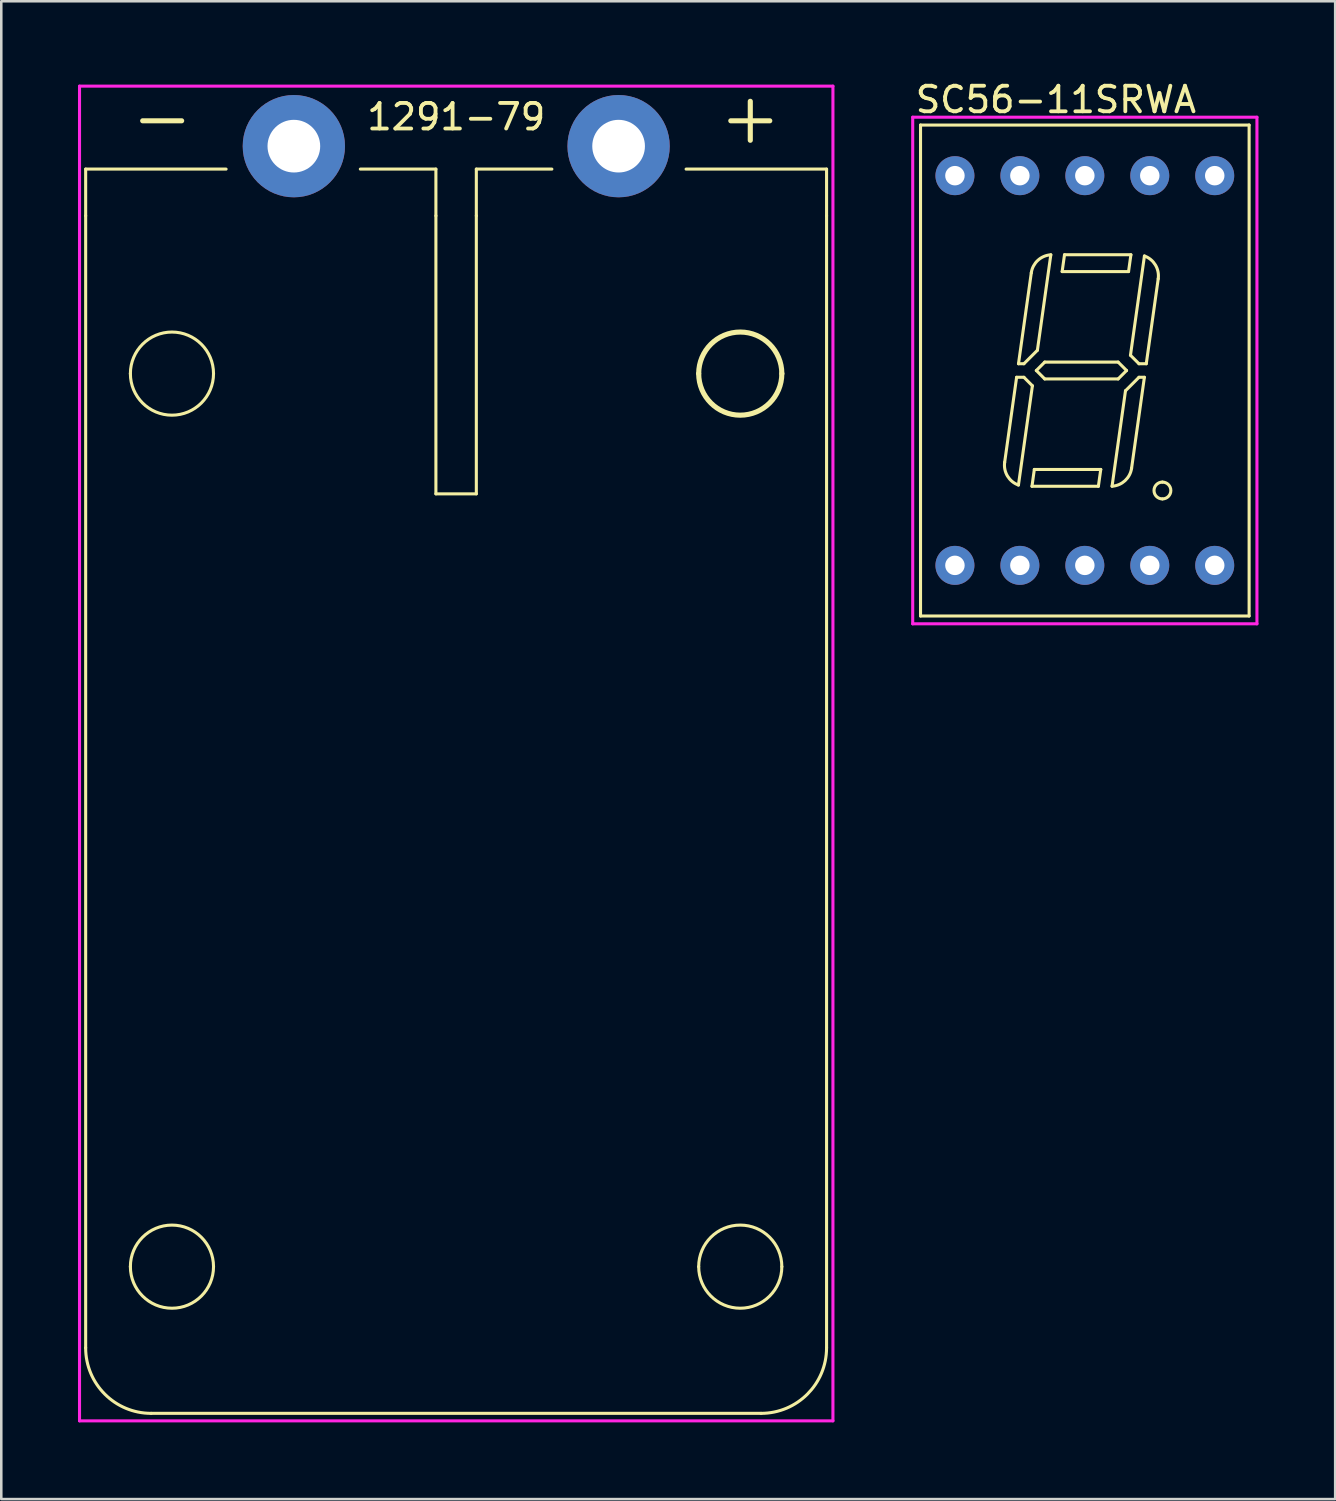
<source format=kicad_pcb>
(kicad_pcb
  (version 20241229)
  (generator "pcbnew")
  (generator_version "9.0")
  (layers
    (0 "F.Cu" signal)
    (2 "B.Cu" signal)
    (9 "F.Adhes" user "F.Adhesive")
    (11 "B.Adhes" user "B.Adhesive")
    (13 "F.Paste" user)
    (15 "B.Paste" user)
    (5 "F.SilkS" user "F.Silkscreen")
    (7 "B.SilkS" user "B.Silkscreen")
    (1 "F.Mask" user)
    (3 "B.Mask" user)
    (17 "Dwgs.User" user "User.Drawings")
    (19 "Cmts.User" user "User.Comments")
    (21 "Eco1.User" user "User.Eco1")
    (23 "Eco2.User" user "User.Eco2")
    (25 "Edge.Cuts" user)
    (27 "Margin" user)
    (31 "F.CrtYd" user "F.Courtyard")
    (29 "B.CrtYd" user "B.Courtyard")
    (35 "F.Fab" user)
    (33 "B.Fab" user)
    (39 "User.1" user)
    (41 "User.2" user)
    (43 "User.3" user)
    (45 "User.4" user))
  (footprint "1291-79"
    (layer "F.Cu")
    (at 14.792 29.021)
    (property "Reference" "1291-79" (at 0 -27.5 0) (layer "F.SilkS") (effects (font (size 1 1) (thickness 0.15))))
    (attr through_hole)
    (fp_line (start -14.492 -25.458) (end -14.492 -23.632) (stroke (width 0.12) (type solid)) (layer "F.SilkS"))
    (fp_line (start -14.492 20.64) (end -14.492 -23.632) (stroke (width 0.12) (type solid)) (layer "F.SilkS"))
    (fp_line (start -9 -25.458) (end -14.492 -25.458) (stroke (width 0.12) (type solid)) (layer "F.SilkS"))
    (fp_line (start -0.795 -25.458) (end -3.75 -25.458) (stroke (width 0.12) (type solid)) (layer "F.SilkS"))
    (fp_line (start -0.795 -23.632) (end -0.795 -25.458) (stroke (width 0.12) (type solid)) (layer "F.SilkS"))
    (fp_line (start -0.795 -23.632) (end -0.795 -12.758) (stroke (width 0.12) (type solid)) (layer "F.SilkS"))
    (fp_line (start -0.795 -12.758) (end 0.786 -12.758) (stroke (width 0.12) (type solid)) (layer "F.SilkS"))
    (fp_line (start 0.786 -25.458) (end 0.786 -23.632) (stroke (width 0.12) (type solid)) (layer "F.SilkS"))
    (fp_line (start 0.786 -25.458) (end 3.74 -25.458) (stroke (width 0.12) (type solid)) (layer "F.SilkS"))
    (fp_line (start 0.786 -12.758) (end 0.786 -23.632) (stroke (width 0.12) (type solid)) (layer "F.SilkS"))
    (fp_line (start 8.99 -25.458) (end 14.483 -25.458) (stroke (width 0.12) (type solid)) (layer "F.SilkS"))
    (fp_line (start 11.92 23.202) (end -11.93 23.202) (stroke (width 0.12) (type solid)) (layer "F.SilkS"))
    (fp_line (start 14.483 -23.632) (end 14.483 -25.458) (stroke (width 0.12) (type solid)) (layer "F.SilkS"))
    (fp_line (start 14.483 20.64) (end 14.483 -23.632) (stroke (width 0.12) (type solid)) (layer "F.SilkS"))
    (fp_arc (start -12.742918 -17.459999) (mid -11.117318 -19.085599) (end -9.491718 -17.459999) (stroke (width 0.12) (type solid)) (layer "F.SilkS"))
    (fp_arc (start -12.742918 17.465) (mid -11.117318 15.8394) (end -9.491718 17.465) (stroke (width 0.12) (type solid)) (layer "F.SilkS"))
    (fp_arc (start -11.930118 23.2022) (mid -13.741867 22.451749) (end -14.492318 20.64) (stroke (width 0.12) (type solid)) (layer "F.SilkS"))
    (fp_arc (start -9.491718 -17.459999) (mid -11.117318 -15.834399) (end -12.742918 -17.459999) (stroke (width 0.12) (type solid)) (layer "F.SilkS"))
    (fp_arc (start -9.491718 17.465) (mid -11.117318 19.0906) (end -12.742918 17.465) (stroke (width 0.12) (type solid)) (layer "F.SilkS"))
    (fp_arc (start 9.482081 -17.459999) (mid 11.107681 -19.085599) (end 12.733281 -17.459999) (stroke (width 0.2) (type solid)) (layer "F.SilkS"))
    (fp_arc (start 9.482081 17.465) (mid 11.107681 15.8394) (end 12.733281 17.465) (stroke (width 0.12) (type solid)) (layer "F.SilkS"))
    (fp_arc (start 12.733281 -17.459999) (mid 11.107681 -15.834399) (end 9.482081 -17.459999) (stroke (width 0.2) (type solid)) (layer "F.SilkS"))
    (fp_arc (start 12.733281 17.465) (mid 11.107681 19.0906) (end 9.482081 17.465) (stroke (width 0.12) (type solid)) (layer "F.SilkS"))
    (fp_arc (start 14.482681 20.64) (mid 13.73223 22.451749) (end 11.920481 23.2022) (stroke (width 0.12) (type solid)) (layer "F.SilkS"))
    (fp_line (start -14.732 -28.702) (end 14.732 -28.702) (stroke (width 0.12) (type solid)) (layer "F.CrtYd"))
    (fp_line (start -14.732 23.495) (end -14.732 -28.702) (stroke (width 0.12) (type solid)) (layer "F.CrtYd"))
    (fp_line (start 14.732 23.495) (end -14.732 23.495) (stroke (width 0.12) (type solid)) (layer "F.CrtYd"))
    (fp_line (start 14.732 23.495) (end 14.732 -28.702) (stroke (width 0.12) (type solid)) (layer "F.CrtYd"))
    (fp_text user "-" (at -11.5 -27.5 0) (layer "F.SilkS") (effects (font (size 2 2) (thickness 0.2))))
    (fp_text user "+" (at 11.5 -27.5 0) (layer "F.SilkS") (effects (font (size 2 2) (thickness 0.2))))
    (pad "1" thru_hole circle (at 6.35 -26.355) (size 4 4) (drill 2.06) (layers "*.Cu" "*.Mask"))
    (pad "2" thru_hole circle (at -6.35 -26.355) (size 4 4) (drill 2.06) (layers "*.Cu" "*.Mask")))
  (footprint "SC56-11SRWA"
    (layer "F.Cu")
    (at 39.375 11.44)
    (property "Reference" "SC56-11SRWA" (at -6.706 -10.592 0) (layer "F.SilkS") (effects (font (size 1 1) (thickness 0.15)) (justify left)))
    (attr through_hole)
    (fp_line (start -6.425 -9.6) (end 6.425 -9.6) (stroke (width 0.12) (type solid)) (layer "F.SilkS"))
    (fp_line (start -6.425 9.6) (end -6.425 -9.6) (stroke (width 0.12) (type solid)) (layer "F.SilkS"))
    (fp_line (start -6.425 9.6) (end 6.425 9.6) (stroke (width 0.12) (type solid)) (layer "F.SilkS"))
    (fp_line (start -2.668 0.265) (end -3.135 3.588) (stroke (width 0.12) (type solid)) (layer "F.SilkS"))
    (fp_line (start -2.596 4.479) (end -2.05 0.597) (stroke (width 0.12) (type solid)) (layer "F.SilkS"))
    (fp_line (start -2.594 -0.265) (end -2.382 -0.265) (stroke (width 0.12) (type solid)) (layer "F.SilkS"))
    (fp_line (start -2.382 -0.265) (end -1.855 -0.792) (stroke (width 0.12) (type solid)) (layer "F.SilkS"))
    (fp_line (start -2.382 0.265) (end -2.668 0.265) (stroke (width 0.12) (type solid)) (layer "F.SilkS"))
    (fp_line (start -2.094 -3.817) (end -2.594 -0.265) (stroke (width 0.12) (type solid)) (layer "F.SilkS"))
    (fp_line (start -2.067 4.527) (end 0.53 4.527) (stroke (width 0.12) (type solid)) (layer "F.SilkS"))
    (fp_line (start -2.05 0.597) (end -2.382 0.265) (stroke (width 0.12) (type solid)) (layer "F.SilkS"))
    (fp_line (start -1.975 3.869) (end -2.067 4.527) (stroke (width 0.12) (type solid)) (layer "F.SilkS"))
    (fp_line (start -1.897 0) (end -1.568 0.329) (stroke (width 0.12) (type solid)) (layer "F.SilkS"))
    (fp_line (start -1.855 -0.792) (end -1.33 -4.525) (stroke (width 0.12) (type solid)) (layer "F.SilkS"))
    (fp_line (start -1.568 -0.329) (end -1.897 0) (stroke (width 0.12) (type solid)) (layer "F.SilkS"))
    (fp_line (start -1.568 0.329) (end 1.303 0.329) (stroke (width 0.12) (type solid)) (layer "F.SilkS"))
    (fp_line (start -0.887 -3.869) (end 1.71 -3.869) (stroke (width 0.12) (type solid)) (layer "F.SilkS"))
    (fp_line (start -0.795 -4.527) (end -0.887 -3.869) (stroke (width 0.12) (type solid)) (layer "F.SilkS"))
    (fp_line (start 0.53 4.527) (end 0.623 3.869) (stroke (width 0.12) (type solid)) (layer "F.SilkS"))
    (fp_line (start 0.623 3.869) (end -1.975 3.869) (stroke (width 0.12) (type solid)) (layer "F.SilkS"))
    (fp_line (start 1.303 -0.329) (end -1.568 -0.329) (stroke (width 0.12) (type solid)) (layer "F.SilkS"))
    (fp_line (start 1.303 0.329) (end 1.632 0) (stroke (width 0.12) (type solid)) (layer "F.SilkS"))
    (fp_line (start 1.59 0.792) (end 1.065 4.525) (stroke (width 0.12) (type solid)) (layer "F.SilkS"))
    (fp_line (start 1.632 0) (end 1.303 -0.329) (stroke (width 0.12) (type solid)) (layer "F.SilkS"))
    (fp_line (start 1.71 -3.869) (end 1.802 -4.527) (stroke (width 0.12) (type solid)) (layer "F.SilkS"))
    (fp_line (start 1.785 -0.597) (end 2.117 -0.265) (stroke (width 0.12) (type solid)) (layer "F.SilkS"))
    (fp_line (start 1.802 -4.527) (end -0.795 -4.527) (stroke (width 0.12) (type solid)) (layer "F.SilkS"))
    (fp_line (start 1.829 3.817) (end 2.329 0.265) (stroke (width 0.12) (type solid)) (layer "F.SilkS"))
    (fp_line (start 2.117 -0.265) (end 2.403 -0.265) (stroke (width 0.12) (type solid)) (layer "F.SilkS"))
    (fp_line (start 2.117 0.265) (end 1.59 0.792) (stroke (width 0.12) (type solid)) (layer "F.SilkS"))
    (fp_line (start 2.329 0.265) (end 2.117 0.265) (stroke (width 0.12) (type solid)) (layer "F.SilkS"))
    (fp_line (start 2.331 -4.479) (end 1.785 -0.597) (stroke (width 0.12) (type solid)) (layer "F.SilkS"))
    (fp_line (start 2.403 -0.265) (end 2.87 -3.588) (stroke (width 0.12) (type solid)) (layer "F.SilkS"))
    (fp_line (start 6.425 9.6) (end 6.425 -9.6) (stroke (width 0.12) (type solid)) (layer "F.SilkS"))
    (fp_arc (start -2.595732 4.478749) (mid -3.023923 4.129319) (end -3.135002 3.587922) (stroke (width 0.12) (type solid)) (layer "F.SilkS"))
    (fp_arc (start -2.094274 -3.817278) (mid -1.83827 -4.307084) (end -1.330352 -4.524953) (stroke (width 0.12) (type solid)) (layer "F.SilkS"))
    (fp_arc (start 1.829389 3.817279) (mid 1.573385 4.307085) (end 1.065466 4.524953) (stroke (width 0.12) (type solid)) (layer "F.SilkS"))
    (fp_arc (start 2.330846 -4.478749) (mid 2.759037 -4.129319) (end 2.870116 -3.587922) (stroke (width 0.12) (type solid)) (layer "F.SilkS"))
    (fp_arc (start 3.034501 4.363601) (mid 3.3635 4.6926) (end 3.034501 5.021599) (stroke (width 0.12) (type solid)) (layer "F.SilkS"))
    (fp_arc (start 3.034501 5.0216) (mid 2.705501 4.6926) (end 3.034501 4.3636) (stroke (width 0.12) (type solid)) (layer "F.SilkS"))
    (fp_line (start -6.731 -9.906) (end 6.731 -9.906) (stroke (width 0.12) (type solid)) (layer "F.CrtYd"))
    (fp_line (start -6.731 9.906) (end -6.731 -9.906) (stroke (width 0.12) (type solid)) (layer "F.CrtYd"))
    (fp_line (start 6.731 -9.906) (end 6.731 9.906) (stroke (width 0.12) (type solid)) (layer "F.CrtYd"))
    (fp_line (start 6.731 9.906) (end -6.731 9.906) (stroke (width 0.12) (type solid)) (layer "F.CrtYd"))
    (pad "1" thru_hole circle (at -5.08 7.62) (size 1.524 1.524) (drill 0.762) (layers "*.Cu" "*.Mask"))
    (pad "2" thru_hole circle (at -2.54 7.62) (size 1.524 1.524) (drill 0.762) (layers "*.Cu" "*.Mask"))
    (pad "3" thru_hole circle (at 0 7.62) (size 1.524 1.524) (drill 0.762) (layers "*.Cu" "*.Mask"))
    (pad "4" thru_hole circle (at 2.54 7.62) (size 1.524 1.524) (drill 0.762) (layers "*.Cu" "*.Mask"))
    (pad "5" thru_hole circle (at 5.08 7.62) (size 1.524 1.524) (drill 0.762) (layers "*.Cu" "*.Mask"))
    (pad "6" thru_hole circle (at 5.08 -7.62) (size 1.524 1.524) (drill 0.762) (layers "*.Cu" "*.Mask"))
    (pad "7" thru_hole circle (at 2.54 -7.62) (size 1.524 1.524) (drill 0.762) (layers "*.Cu" "*.Mask"))
    (pad "8" thru_hole circle (at 0 -7.62) (size 1.524 1.524) (drill 0.762) (layers "*.Cu" "*.Mask"))
    (pad "9" thru_hole circle (at -2.54 -7.62) (size 1.524 1.524) (drill 0.762) (layers "*.Cu" "*.Mask"))
    (pad "10" thru_hole circle (at -5.08 -7.62) (size 1.524 1.524) (drill 0.762) (layers "*.Cu" "*.Mask")))
  (gr_rect
    (start -3 -3)
    (end 49.166 55.576)
    (stroke (width 0.1) (type default))
    (fill no)
    (layer "Edge.Cuts")))
</source>
